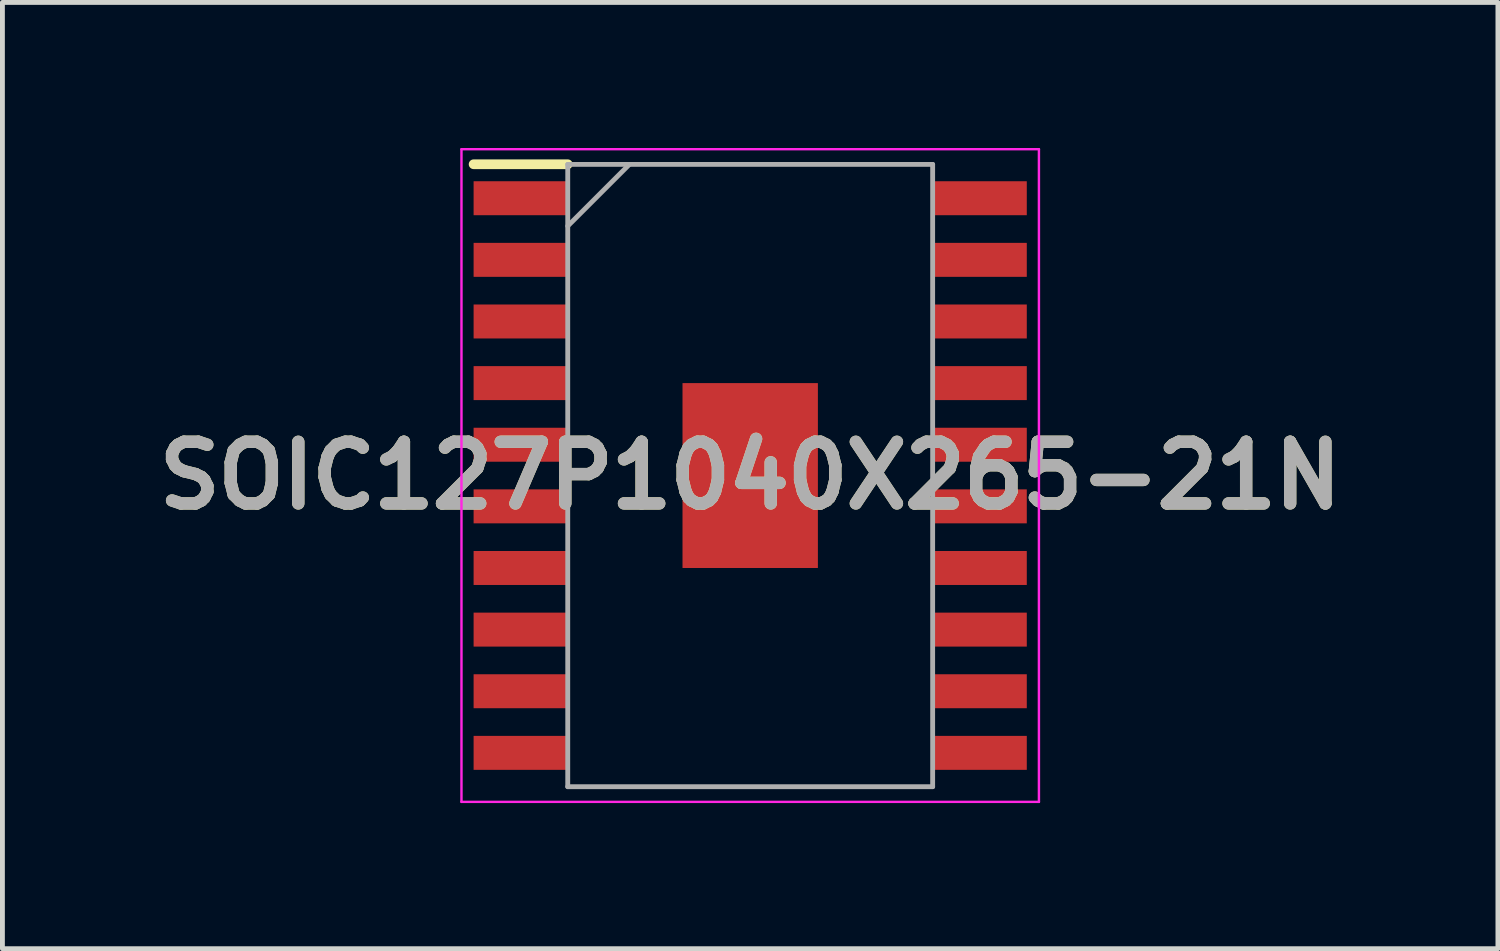
<source format=kicad_pcb>
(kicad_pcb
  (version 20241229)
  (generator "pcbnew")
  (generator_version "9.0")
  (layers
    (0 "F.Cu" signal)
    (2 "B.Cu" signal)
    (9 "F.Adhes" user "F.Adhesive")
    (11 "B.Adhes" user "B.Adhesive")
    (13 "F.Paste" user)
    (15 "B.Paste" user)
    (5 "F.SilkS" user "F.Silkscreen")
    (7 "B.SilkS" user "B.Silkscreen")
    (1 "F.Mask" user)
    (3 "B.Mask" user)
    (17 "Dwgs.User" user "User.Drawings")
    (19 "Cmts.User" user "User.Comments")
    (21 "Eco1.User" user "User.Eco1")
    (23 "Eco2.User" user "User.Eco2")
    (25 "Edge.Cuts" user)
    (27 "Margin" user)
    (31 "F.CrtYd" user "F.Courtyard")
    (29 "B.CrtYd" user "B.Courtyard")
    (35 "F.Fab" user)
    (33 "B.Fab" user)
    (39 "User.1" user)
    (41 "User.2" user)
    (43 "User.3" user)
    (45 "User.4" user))
  (footprint "SOIC127P1040X265-21N"
    (layer "F.Cu")
    (at 12.41 6.75)
    (property "Reference" "SOIC127P1040X265-21N" (at 0 0 0) (layer "F.SilkS") (effects (font (size 1.27 1.27) (thickness 0.254))))
    (attr smd)
    (fp_line (start -5.7 -6.415) (end -3.76 -6.415) (stroke (width 0.2) (type solid)) (layer "F.SilkS"))
    (fp_line (start -5.95 -6.725) (end 5.95 -6.725) (stroke (width 0.05) (type solid)) (layer "F.CrtYd"))
    (fp_line (start -5.95 6.725) (end -5.95 -6.725) (stroke (width 0.05) (type solid)) (layer "F.CrtYd"))
    (fp_line (start 5.95 -6.725) (end 5.95 6.725) (stroke (width 0.05) (type solid)) (layer "F.CrtYd"))
    (fp_line (start 5.95 6.725) (end -5.95 6.725) (stroke (width 0.05) (type solid)) (layer "F.CrtYd"))
    (fp_line (start -3.76 -6.412) (end 3.76 -6.412) (stroke (width 0.1) (type solid)) (layer "F.Fab"))
    (fp_line (start -3.76 -5.142) (end -2.49 -6.412) (stroke (width 0.1) (type solid)) (layer "F.Fab"))
    (fp_line (start -3.76 6.412) (end -3.76 -6.412) (stroke (width 0.1) (type solid)) (layer "F.Fab"))
    (fp_line (start 3.76 -6.412) (end 3.76 6.412) (stroke (width 0.1) (type solid)) (layer "F.Fab"))
    (fp_line (start 3.76 6.412) (end -3.76 6.412) (stroke (width 0.1) (type solid)) (layer "F.Fab"))
    (fp_text user "${REFERENCE}" (at 0 0 0) (layer "F.Fab") (effects (font (size 1.27 1.27) (thickness 0.254))))
    (pad "1" smd rect (at -4.73 -5.715 90) (size 0.7 1.94) (layers "F.Cu" "F.Mask" "F.Paste"))
    (pad "2" smd rect (at -4.73 -4.445 90) (size 0.7 1.94) (layers "F.Cu" "F.Mask" "F.Paste"))
    (pad "3" smd rect (at -4.73 -3.175 90) (size 0.7 1.94) (layers "F.Cu" "F.Mask" "F.Paste"))
    (pad "4" smd rect (at -4.73 -1.905 90) (size 0.7 1.94) (layers "F.Cu" "F.Mask" "F.Paste"))
    (pad "5" smd rect (at -4.73 -0.635 90) (size 0.7 1.94) (layers "F.Cu" "F.Mask" "F.Paste"))
    (pad "6" smd rect (at -4.73 0.635 90) (size 0.7 1.94) (layers "F.Cu" "F.Mask" "F.Paste"))
    (pad "7" smd rect (at -4.73 1.905 90) (size 0.7 1.94) (layers "F.Cu" "F.Mask" "F.Paste"))
    (pad "8" smd rect (at -4.73 3.175 90) (size 0.7 1.94) (layers "F.Cu" "F.Mask" "F.Paste"))
    (pad "9" smd rect (at -4.73 4.445 90) (size 0.7 1.94) (layers "F.Cu" "F.Mask" "F.Paste"))
    (pad "10" smd rect (at -4.73 5.715 90) (size 0.7 1.94) (layers "F.Cu" "F.Mask" "F.Paste"))
    (pad "11" smd rect (at 4.73 5.715 90) (size 0.7 1.94) (layers "F.Cu" "F.Mask" "F.Paste"))
    (pad "12" smd rect (at 4.73 4.445 90) (size 0.7 1.94) (layers "F.Cu" "F.Mask" "F.Paste"))
    (pad "13" smd rect (at 4.73 3.175 90) (size 0.7 1.94) (layers "F.Cu" "F.Mask" "F.Paste"))
    (pad "14" smd rect (at 4.73 1.905 90) (size 0.7 1.94) (layers "F.Cu" "F.Mask" "F.Paste"))
    (pad "15" smd rect (at 4.73 0.635 90) (size 0.7 1.94) (layers "F.Cu" "F.Mask" "F.Paste"))
    (pad "16" smd rect (at 4.73 -0.635 90) (size 0.7 1.94) (layers "F.Cu" "F.Mask" "F.Paste"))
    (pad "17" smd rect (at 4.73 -1.905 90) (size 0.7 1.94) (layers "F.Cu" "F.Mask" "F.Paste"))
    (pad "18" smd rect (at 4.73 -3.175 90) (size 0.7 1.94) (layers "F.Cu" "F.Mask" "F.Paste"))
    (pad "19" smd rect (at 4.73 -4.445 90) (size 0.7 1.94) (layers "F.Cu" "F.Mask" "F.Paste"))
    (pad "20" smd rect (at 4.73 -5.715 90) (size 0.7 1.94) (layers "F.Cu" "F.Mask" "F.Paste"))
    (pad "21" smd rect (at 0 0) (size 2.79 3.81) (layers "F.Cu" "F.Mask" "F.Paste")))
  (gr_rect
    (start -3 -3)
    (end 27.819 16.5)
    (stroke (width 0.1) (type default))
    (fill no)
    (layer "Edge.Cuts")))
</source>
